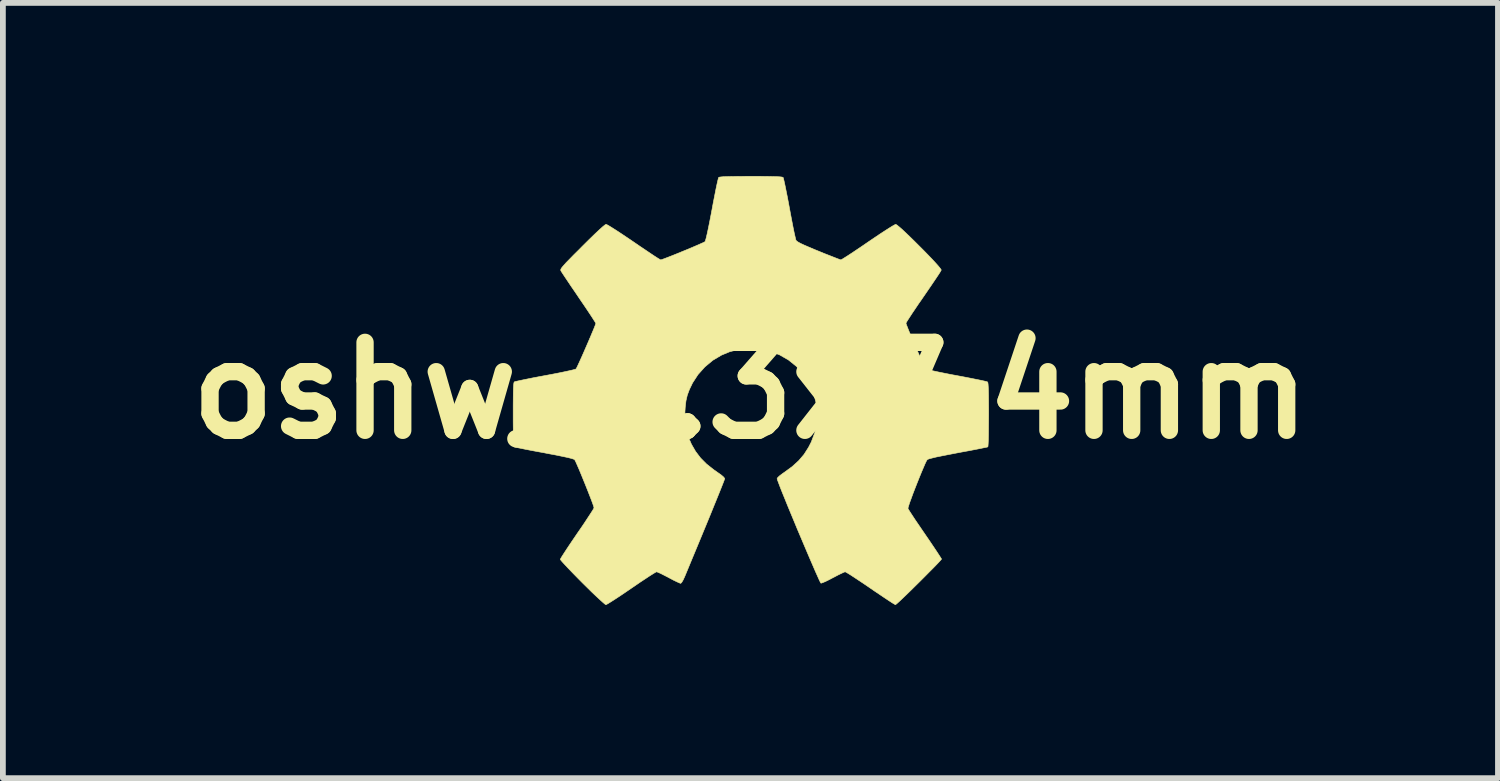
<source format=kicad_pcb>
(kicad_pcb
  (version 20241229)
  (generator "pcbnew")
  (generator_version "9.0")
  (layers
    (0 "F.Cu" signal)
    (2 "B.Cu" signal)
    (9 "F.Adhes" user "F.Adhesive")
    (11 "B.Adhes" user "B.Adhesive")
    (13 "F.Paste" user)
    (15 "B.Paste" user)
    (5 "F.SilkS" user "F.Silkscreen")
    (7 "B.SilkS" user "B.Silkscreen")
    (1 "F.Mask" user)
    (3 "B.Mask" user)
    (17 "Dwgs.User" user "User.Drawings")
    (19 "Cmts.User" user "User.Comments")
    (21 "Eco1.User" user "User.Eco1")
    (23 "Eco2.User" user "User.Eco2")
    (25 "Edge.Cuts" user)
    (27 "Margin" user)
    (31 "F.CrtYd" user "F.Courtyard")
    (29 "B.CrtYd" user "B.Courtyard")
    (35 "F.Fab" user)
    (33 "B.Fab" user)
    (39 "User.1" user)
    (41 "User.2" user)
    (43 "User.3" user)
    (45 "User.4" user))
  (footprint "oshw_8.3x7.4mm"
    (layer "F.Cu")
    (at 9.95 3.715)
    (property "Reference" "oshw_8.3x7.4mm" (at 0 0 0) (layer "F.SilkS") (effects (font (size 1.524 1.524) (thickness 0.3))))
    (attr through_hole)
    (fp_poly (pts (xy 0.16 -3.71) (xy 0.284 -3.709) (xy 0.382 -3.707) (xy 0.456 -3.705) (xy 0.51 -3.702) (xy 0.544 -3.698) (xy 0.562 -3.693) (xy 0.566 -3.691) (xy 0.572 -3.671) (xy 0.583 -3.626) (xy 0.598 -3.557) (xy 0.616 -3.468) (xy 0.637 -3.364) (xy 0.659 -3.248) (xy 0.676 -3.156) (xy 0.699 -3.032) (xy 0.721 -2.917) (xy 0.741 -2.814) (xy 0.759 -2.727) (xy 0.774 -2.661) (xy 0.784 -2.617) (xy 0.789 -2.603) (xy 0.801 -2.589) (xy 0.827 -2.571) (xy 0.867 -2.549) (xy 0.927 -2.521) (xy 1.008 -2.486) (xy 1.114 -2.441) (xy 1.178 -2.415) (xy 1.278 -2.374) (xy 1.37 -2.338) (xy 1.449 -2.307) (xy 1.51 -2.283) (xy 1.551 -2.268) (xy 1.567 -2.263) (xy 1.584 -2.272) (xy 1.623 -2.296) (xy 1.682 -2.333) (xy 1.757 -2.382) (xy 1.845 -2.441) (xy 1.943 -2.507) (xy 2.036 -2.571) (xy 2.141 -2.642) (xy 2.239 -2.708) (xy 2.328 -2.766) (xy 2.403 -2.814) (xy 2.461 -2.85) (xy 2.501 -2.872) (xy 2.516 -2.879) (xy 2.536 -2.868) (xy 2.573 -2.838) (xy 2.625 -2.793) (xy 2.688 -2.734) (xy 2.76 -2.665) (xy 2.838 -2.589) (xy 2.918 -2.509) (xy 2.999 -2.428) (xy 3.075 -2.35) (xy 3.146 -2.276) (xy 3.207 -2.21) (xy 3.256 -2.155) (xy 3.289 -2.114) (xy 3.304 -2.091) (xy 3.305 -2.087) (xy 3.297 -2.073) (xy 3.283 -2.048) (xy 3.26 -2.012) (xy 3.226 -1.961) (xy 3.181 -1.894) (xy 3.124 -1.81) (xy 3.052 -1.705) (xy 2.965 -1.578) (xy 2.914 -1.505) (xy 2.854 -1.416) (xy 2.8 -1.336) (xy 2.755 -1.267) (xy 2.72 -1.213) (xy 2.699 -1.178) (xy 2.694 -1.165) (xy 2.7 -1.145) (xy 2.717 -1.101) (xy 2.742 -1.038) (xy 2.774 -0.961) (xy 2.811 -0.874) (xy 2.851 -0.782) (xy 2.891 -0.689) (xy 2.93 -0.6) (xy 2.966 -0.52) (xy 2.997 -0.453) (xy 3.02 -0.404) (xy 3.035 -0.377) (xy 3.037 -0.374) (xy 3.057 -0.366) (xy 3.103 -0.354) (xy 3.172 -0.339) (xy 3.26 -0.32) (xy 3.364 -0.299) (xy 3.48 -0.276) (xy 3.572 -0.259) (xy 3.695 -0.236) (xy 3.808 -0.214) (xy 3.908 -0.194) (xy 3.992 -0.177) (xy 4.055 -0.163) (xy 4.095 -0.153) (xy 4.106 -0.149) (xy 4.112 -0.138) (xy 4.116 -0.112) (xy 4.119 -0.068) (xy 4.122 -0.004) (xy 4.124 0.082) (xy 4.125 0.193) (xy 4.126 0.331) (xy 4.126 0.417) (xy 4.125 0.544) (xy 4.124 0.661) (xy 4.123 0.765) (xy 4.121 0.852) (xy 4.118 0.919) (xy 4.115 0.961) (xy 4.112 0.976) (xy 4.095 0.981) (xy 4.05 0.99) (xy 3.983 1.004) (xy 3.896 1.021) (xy 3.793 1.041) (xy 3.678 1.062) (xy 3.593 1.078) (xy 3.438 1.108) (xy 3.312 1.133) (xy 3.213 1.153) (xy 3.14 1.171) (xy 3.092 1.184) (xy 3.066 1.195) (xy 3.062 1.198) (xy 3.048 1.22) (xy 3.026 1.266) (xy 2.998 1.331) (xy 2.964 1.411) (xy 2.927 1.501) (xy 2.889 1.596) (xy 2.851 1.693) (xy 2.815 1.786) (xy 2.784 1.871) (xy 2.757 1.944) (xy 2.739 2.001) (xy 2.729 2.035) (xy 2.729 2.044) (xy 2.739 2.063) (xy 2.764 2.103) (xy 2.803 2.163) (xy 2.853 2.239) (xy 2.913 2.327) (xy 2.979 2.424) (xy 3.023 2.488) (xy 3.092 2.589) (xy 3.155 2.682) (xy 3.21 2.764) (xy 3.254 2.831) (xy 3.287 2.882) (xy 3.306 2.912) (xy 3.31 2.92) (xy 3.299 2.934) (xy 3.269 2.967) (xy 3.224 3.015) (xy 3.165 3.076) (xy 3.095 3.146) (xy 3.019 3.223) (xy 2.939 3.303) (xy 2.858 3.383) (xy 2.779 3.461) (xy 2.704 3.534) (xy 2.638 3.597) (xy 2.583 3.649) (xy 2.541 3.687) (xy 2.517 3.707) (xy 2.513 3.71) (xy 2.496 3.702) (xy 2.456 3.678) (xy 2.398 3.64) (xy 2.324 3.591) (xy 2.238 3.533) (xy 2.141 3.468) (xy 2.079 3.425) (xy 1.978 3.356) (xy 1.885 3.294) (xy 1.802 3.239) (xy 1.733 3.194) (xy 1.681 3.162) (xy 1.649 3.144) (xy 1.641 3.14) (xy 1.62 3.147) (xy 1.577 3.167) (xy 1.519 3.195) (xy 1.451 3.231) (xy 1.431 3.241) (xy 1.361 3.278) (xy 1.3 3.308) (xy 1.252 3.328) (xy 1.225 3.337) (xy 1.221 3.337) (xy 1.212 3.323) (xy 1.192 3.283) (xy 1.164 3.22) (xy 1.127 3.138) (xy 1.084 3.038) (xy 1.035 2.925) (xy 0.982 2.801) (xy 0.926 2.669) (xy 0.868 2.532) (xy 0.809 2.393) (xy 0.752 2.255) (xy 0.696 2.12) (xy 0.643 1.992) (xy 0.595 1.873) (xy 0.552 1.768) (xy 0.516 1.677) (xy 0.489 1.605) (xy 0.47 1.555) (xy 0.462 1.528) (xy 0.462 1.526) (xy 0.474 1.506) (xy 0.509 1.474) (xy 0.561 1.435) (xy 0.586 1.418) (xy 0.723 1.318) (xy 0.835 1.216) (xy 0.928 1.107) (xy 1.007 0.983) (xy 1.054 0.891) (xy 1.116 0.726) (xy 1.149 0.554) (xy 1.155 0.378) (xy 1.134 0.201) (xy 1.087 0.029) (xy 1.013 -0.136) (xy 0.919 -0.282) (xy 0.798 -0.417) (xy 0.659 -0.529) (xy 0.506 -0.617) (xy 0.342 -0.68) (xy 0.169 -0.718) (xy -0.007 -0.73) (xy -0.183 -0.716) (xy -0.357 -0.673) (xy -0.5 -0.614) (xy -0.652 -0.524) (xy -0.79 -0.409) (xy -0.909 -0.276) (xy -1.004 -0.13) (xy -1.007 -0.123) (xy -1.058 -0.017) (xy -1.094 0.079) (xy -1.117 0.178) (xy -1.13 0.289) (xy -1.135 0.37) (xy -1.134 0.527) (xy -1.117 0.665) (xy -1.082 0.794) (xy -1.026 0.922) (xy -1.024 0.928) (xy -0.95 1.056) (xy -0.864 1.169) (xy -0.762 1.272) (xy -0.637 1.371) (xy -0.569 1.419) (xy -0.513 1.458) (xy -0.471 1.493) (xy -0.449 1.519) (xy -0.446 1.526) (xy -0.452 1.545) (xy -0.469 1.59) (xy -0.497 1.661) (xy -0.534 1.754) (xy -0.581 1.87) (xy -0.636 2.005) (xy -0.698 2.158) (xy -0.768 2.328) (xy -0.844 2.512) (xy -0.926 2.71) (xy -1.013 2.919) (xy -1.103 3.137) (xy -1.138 3.221) (xy -1.165 3.28) (xy -1.189 3.321) (xy -1.207 3.34) (xy -1.21 3.34) (xy -1.231 3.333) (xy -1.273 3.314) (xy -1.331 3.286) (xy -1.399 3.25) (xy -1.417 3.24) (xy -1.487 3.204) (xy -1.548 3.173) (xy -1.596 3.151) (xy -1.623 3.141) (xy -1.627 3.14) (xy -1.645 3.149) (xy -1.685 3.173) (xy -1.744 3.21) (xy -1.818 3.259) (xy -1.906 3.317) (xy -2.002 3.383) (xy -2.064 3.425) (xy -2.165 3.494) (xy -2.258 3.557) (xy -2.342 3.612) (xy -2.411 3.656) (xy -2.464 3.689) (xy -2.496 3.707) (xy -2.505 3.71) (xy -2.522 3.699) (xy -2.557 3.669) (xy -2.609 3.622) (xy -2.675 3.561) (xy -2.752 3.488) (xy -2.836 3.405) (xy -2.913 3.329) (xy -3.002 3.239) (xy -3.083 3.156) (xy -3.155 3.081) (xy -3.214 3.018) (xy -3.259 2.969) (xy -3.286 2.937) (xy -3.294 2.925) (xy -3.285 2.907) (xy -3.261 2.867) (xy -3.223 2.808) (xy -3.174 2.733) (xy -3.116 2.646) (xy -3.05 2.549) (xy -3.002 2.478) (xy -2.932 2.377) (xy -2.868 2.282) (xy -2.813 2.198) (xy -2.767 2.128) (xy -2.733 2.075) (xy -2.714 2.042) (xy -2.71 2.032) (xy -2.715 2.01) (xy -2.731 1.963) (xy -2.755 1.898) (xy -2.786 1.818) (xy -2.821 1.728) (xy -2.859 1.633) (xy -2.898 1.537) (xy -2.936 1.444) (xy -2.971 1.36) (xy -3.002 1.289) (xy -3.026 1.235) (xy -3.042 1.204) (xy -3.046 1.198) (xy -3.065 1.188) (xy -3.106 1.175) (xy -3.171 1.159) (xy -3.261 1.14) (xy -3.378 1.116) (xy -3.523 1.089) (xy -3.577 1.078) (xy -3.699 1.056) (xy -3.81 1.035) (xy -3.908 1.016) (xy -3.99 0.999) (xy -4.051 0.987) (xy -4.087 0.979) (xy -4.097 0.976) (xy -4.1 0.959) (xy -4.103 0.915) (xy -4.105 0.848) (xy -4.107 0.76) (xy -4.109 0.655) (xy -4.11 0.537) (xy -4.11 0.417) (xy -4.11 0.263) (xy -4.109 0.138) (xy -4.108 0.039) (xy -4.106 -0.036) (xy -4.103 -0.091) (xy -4.099 -0.126) (xy -4.094 -0.145) (xy -4.091 -0.149) (xy -4.072 -0.156) (xy -4.026 -0.166) (xy -3.957 -0.181) (xy -3.869 -0.199) (xy -3.765 -0.22) (xy -3.649 -0.242) (xy -3.557 -0.259) (xy -3.434 -0.282) (xy -3.321 -0.304) (xy -3.22 -0.325) (xy -3.137 -0.343) (xy -3.073 -0.358) (xy -3.033 -0.369) (xy -3.022 -0.374) (xy -3.011 -0.392) (xy -2.99 -0.435) (xy -2.962 -0.496) (xy -2.927 -0.573) (xy -2.889 -0.659) (xy -2.849 -0.751) (xy -2.809 -0.843) (xy -2.771 -0.932) (xy -2.737 -1.013) (xy -2.709 -1.08) (xy -2.689 -1.131) (xy -2.679 -1.159) (xy -2.679 -1.163) (xy -2.687 -1.18) (xy -2.711 -1.218) (xy -2.748 -1.276) (xy -2.797 -1.35) (xy -2.855 -1.437) (xy -2.921 -1.534) (xy -2.973 -1.61) (xy -3.043 -1.714) (xy -3.109 -1.81) (xy -3.167 -1.897) (xy -3.216 -1.97) (xy -3.253 -2.026) (xy -3.277 -2.063) (xy -3.284 -2.075) (xy -3.287 -2.086) (xy -3.285 -2.099) (xy -3.277 -2.116) (xy -3.259 -2.14) (xy -3.231 -2.172) (xy -3.191 -2.217) (xy -3.135 -2.274) (xy -3.063 -2.348) (xy -2.971 -2.439) (xy -2.916 -2.495) (xy -2.796 -2.614) (xy -2.695 -2.712) (xy -2.615 -2.787) (xy -2.556 -2.84) (xy -2.517 -2.871) (xy -2.501 -2.879) (xy -2.481 -2.87) (xy -2.439 -2.846) (xy -2.378 -2.808) (xy -2.301 -2.759) (xy -2.212 -2.7) (xy -2.112 -2.633) (xy -2.021 -2.571) (xy -1.916 -2.499) (xy -1.819 -2.434) (xy -1.733 -2.376) (xy -1.661 -2.328) (xy -1.605 -2.292) (xy -1.568 -2.27) (xy -1.555 -2.263) (xy -1.534 -2.269) (xy -1.49 -2.285) (xy -1.427 -2.309) (xy -1.35 -2.339) (xy -1.263 -2.374) (xy -1.171 -2.412) (xy -1.08 -2.449) (xy -0.993 -2.486) (xy -0.916 -2.519) (xy -0.853 -2.547) (xy -0.808 -2.567) (xy -0.788 -2.578) (xy -0.787 -2.579) (xy -0.779 -2.599) (xy -0.766 -2.646) (xy -0.749 -2.719) (xy -0.729 -2.813) (xy -0.706 -2.926) (xy -0.681 -3.056) (xy -0.666 -3.135) (xy -0.643 -3.26) (xy -0.62 -3.376) (xy -0.6 -3.479) (xy -0.582 -3.565) (xy -0.567 -3.632) (xy -0.556 -3.675) (xy -0.551 -3.691) (xy -0.539 -3.696) (xy -0.512 -3.7) (xy -0.468 -3.704) (xy -0.403 -3.706) (xy -0.316 -3.708) (xy -0.204 -3.709) (xy -0.064 -3.71) (xy 0.008 -3.71) (xy 0.16 -3.71)) (stroke (width 0.01) (type solid)) (fill yes) (layer "F.SilkS")))
  (gr_rect
    (start -3 -3)
    (end 22.899 10.43)
    (stroke (width 0.1) (type default))
    (fill no)
    (layer "Edge.Cuts")))
</source>
